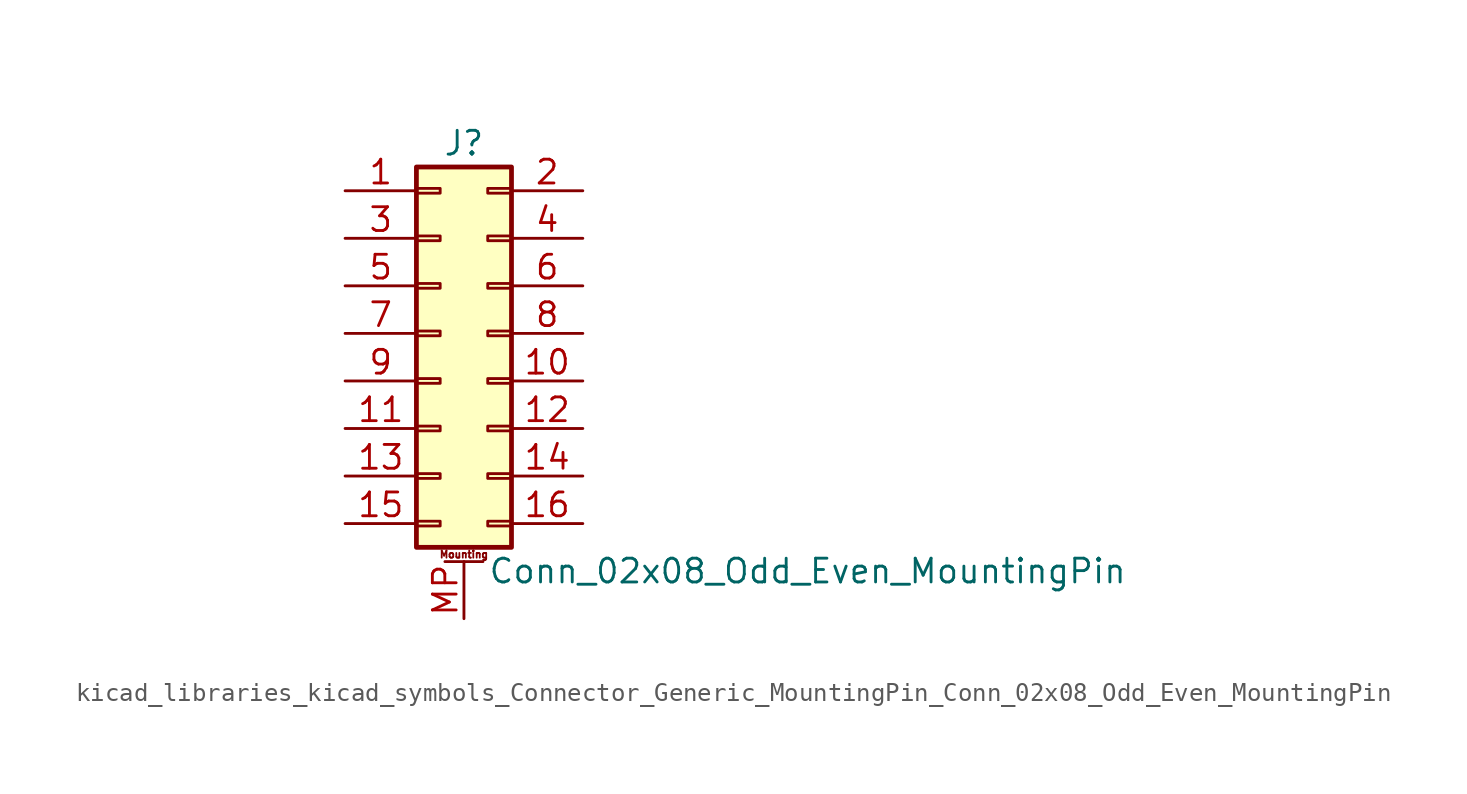
<source format=kicad_sym>
(kicad_symbol_lib
  (version 20220914)
  (generator kicad_symbol_editor)
  (symbol "kicad_libraries_kicad_symbols_Connector_Generic_MountingPin_Conn_02x08_Odd_Even_MountingPin"
    (pin_names
      (offset 1.016) hide)
    (property "Reference" "J"
      (at 1.27 10.16 0)
      (effects (font (size 1.27 1.27))))
    (property "Value" "Conn_02x08_Odd_Even_MountingPin"
      (at 2.54 -12.7 0)
      (effects (font (size 1.27 1.27)) (justify left)))
    (symbol "kicad_libraries_kicad_symbols_Connector_Generic_MountingPin_Conn_02x08_Odd_Even_MountingPin_1_1"
      (rectangle (start -1.27 -10.033) (end 0 -10.287) (stroke (width 0.152) (type default)) (fill (type none)))
      (rectangle (start -1.27 -7.493) (end 0 -7.747) (stroke (width 0.152) (type default)) (fill (type none)))
      (rectangle (start -1.27 -4.953) (end 0 -5.207) (stroke (width 0.152) (type default)) (fill (type none)))
      (rectangle (start -1.27 -2.413) (end 0 -2.667) (stroke (width 0.152) (type default)) (fill (type none)))
      (rectangle (start -1.27 0.127) (end 0 -0.127) (stroke (width 0.152) (type default)) (fill (type none)))
      (rectangle (start -1.27 2.667) (end 0 2.413) (stroke (width 0.152) (type default)) (fill (type none)))
      (rectangle (start -1.27 5.207) (end 0 4.953) (stroke (width 0.152) (type default)) (fill (type none)))
      (rectangle (start -1.27 7.747) (end 0 7.493) (stroke (width 0.152) (type default)) (fill (type none)))
      (rectangle (start -1.27 8.89) (end 3.81 -11.43) (stroke (width 0.254) (type default)) (fill (type background)))
      (polyline (pts (xy 0.254 -12.192) (xy 2.286 -12.192)) (stroke (width 0.152) (type default)) (fill (type none)))
      (rectangle (start 3.81 -10.033) (end 2.54 -10.287) (stroke (width 0.152) (type default)) (fill (type none)))
      (rectangle (start 3.81 -7.493) (end 2.54 -7.747) (stroke (width 0.152) (type default)) (fill (type none)))
      (rectangle (start 3.81 -4.953) (end 2.54 -5.207) (stroke (width 0.152) (type default)) (fill (type none)))
      (rectangle (start 3.81 -2.413) (end 2.54 -2.667) (stroke (width 0.152) (type default)) (fill (type none)))
      (rectangle (start 3.81 0.127) (end 2.54 -0.127) (stroke (width 0.152) (type default)) (fill (type none)))
      (rectangle (start 3.81 2.667) (end 2.54 2.413) (stroke (width 0.152) (type default)) (fill (type none)))
      (rectangle (start 3.81 5.207) (end 2.54 4.953) (stroke (width 0.152) (type default)) (fill (type none)))
      (rectangle (start 3.81 7.747) (end 2.54 7.493) (stroke (width 0.152) (type default)) (fill (type none)))
      (text "Mounting" (at 1.27 -11.811 0) (effects (font (size 0.381 0.381))))
      (pin passive line (at -5.08 7.62 0) (length 3.81) (name "Pin_1" (effects (font (size 1.27 1.27)))) (number "1" (effects (font (size 1.27 1.27)))))
      (pin passive line (at 7.62 -2.54 180) (length 3.81) (name "Pin_10" (effects (font (size 1.27 1.27)))) (number "10" (effects (font (size 1.27 1.27)))))
      (pin passive line (at -5.08 -5.08 0) (length 3.81) (name "Pin_11" (effects (font (size 1.27 1.27)))) (number "11" (effects (font (size 1.27 1.27)))))
      (pin passive line (at 7.62 -5.08 180) (length 3.81) (name "Pin_12" (effects (font (size 1.27 1.27)))) (number "12" (effects (font (size 1.27 1.27)))))
      (pin passive line (at -5.08 -7.62 0) (length 3.81) (name "Pin_13" (effects (font (size 1.27 1.27)))) (number "13" (effects (font (size 1.27 1.27)))))
      (pin passive line (at 7.62 -7.62 180) (length 3.81) (name "Pin_14" (effects (font (size 1.27 1.27)))) (number "14" (effects (font (size 1.27 1.27)))))
      (pin passive line (at -5.08 -10.16 0) (length 3.81) (name "Pin_15" (effects (font (size 1.27 1.27)))) (number "15" (effects (font (size 1.27 1.27)))))
      (pin passive line (at 7.62 -10.16 180) (length 3.81) (name "Pin_16" (effects (font (size 1.27 1.27)))) (number "16" (effects (font (size 1.27 1.27)))))
      (pin passive line (at 7.62 7.62 180) (length 3.81) (name "Pin_2" (effects (font (size 1.27 1.27)))) (number "2" (effects (font (size 1.27 1.27)))))
      (pin passive line (at -5.08 5.08 0) (length 3.81) (name "Pin_3" (effects (font (size 1.27 1.27)))) (number "3" (effects (font (size 1.27 1.27)))))
      (pin passive line (at 7.62 5.08 180) (length 3.81) (name "Pin_4" (effects (font (size 1.27 1.27)))) (number "4" (effects (font (size 1.27 1.27)))))
      (pin passive line (at -5.08 2.54 0) (length 3.81) (name "Pin_5" (effects (font (size 1.27 1.27)))) (number "5" (effects (font (size 1.27 1.27)))))
      (pin passive line (at 7.62 2.54 180) (length 3.81) (name "Pin_6" (effects (font (size 1.27 1.27)))) (number "6" (effects (font (size 1.27 1.27)))))
      (pin passive line (at -5.08 0 0) (length 3.81) (name "Pin_7" (effects (font (size 1.27 1.27)))) (number "7" (effects (font (size 1.27 1.27)))))
      (pin passive line (at 7.62 0 180) (length 3.81) (name "Pin_8" (effects (font (size 1.27 1.27)))) (number "8" (effects (font (size 1.27 1.27)))))
      (pin passive line (at -5.08 -2.54 0) (length 3.81) (name "Pin_9" (effects (font (size 1.27 1.27)))) (number "9" (effects (font (size 1.27 1.27)))))
      (pin passive line (at 1.27 -15.24 90) (length 3.048) (name "MountPin" (effects (font (size 1.27 1.27)))) (number "MP" (effects (font (size 1.27 1.27))))))))
</source>
